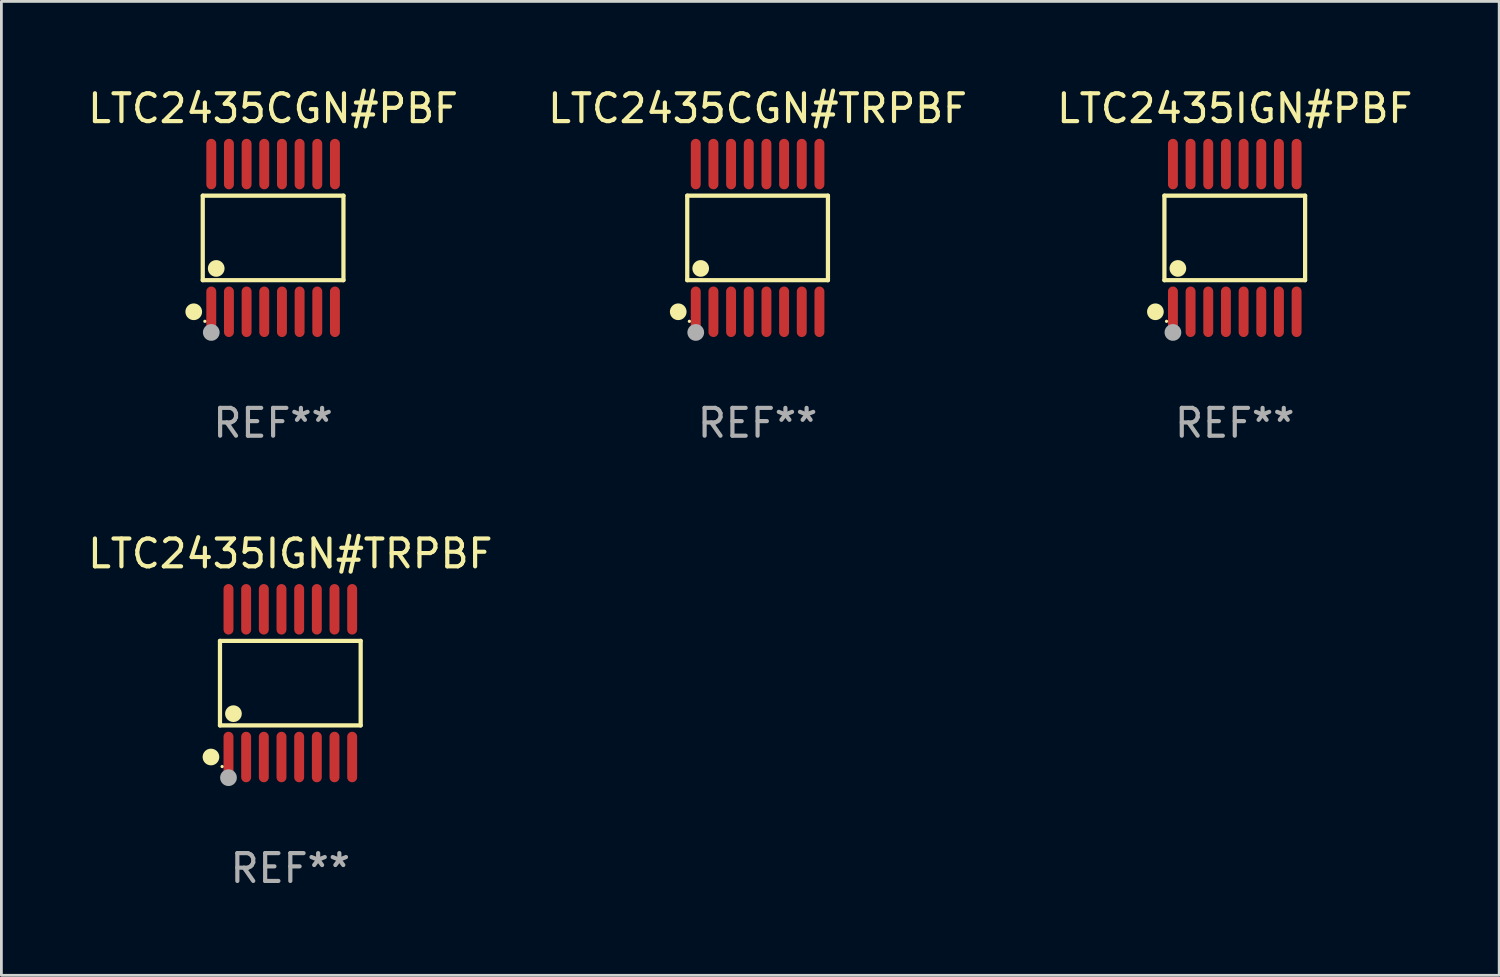
<source format=kicad_pcb>
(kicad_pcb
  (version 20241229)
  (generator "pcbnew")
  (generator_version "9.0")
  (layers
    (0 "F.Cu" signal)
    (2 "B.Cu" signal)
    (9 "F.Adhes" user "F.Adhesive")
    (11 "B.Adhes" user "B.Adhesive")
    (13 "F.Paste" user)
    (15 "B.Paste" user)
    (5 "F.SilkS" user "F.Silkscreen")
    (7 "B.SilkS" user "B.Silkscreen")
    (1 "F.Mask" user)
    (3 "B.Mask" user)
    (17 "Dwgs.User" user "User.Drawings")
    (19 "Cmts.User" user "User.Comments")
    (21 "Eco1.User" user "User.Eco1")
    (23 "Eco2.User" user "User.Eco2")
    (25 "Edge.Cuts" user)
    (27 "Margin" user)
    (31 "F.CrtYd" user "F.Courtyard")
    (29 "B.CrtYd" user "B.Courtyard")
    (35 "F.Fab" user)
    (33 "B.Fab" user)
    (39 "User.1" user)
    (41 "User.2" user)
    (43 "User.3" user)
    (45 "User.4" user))
  (footprint "LTC2435CGN#PBF"
    (layer "F.Cu")
    (at 6.768 5.503)
    (property "Reference" "LTC2435CGN#PBF" (at 0 -4.655 0) (layer "F.SilkS") (effects (font (size 1 1) (thickness 0.15))))
    (attr through_hole)
    (fp_line (start -2.529 -1.519) (end 2.529 -1.519) (stroke (width 0.152) (type solid)) (layer "F.SilkS"))
    (fp_line (start -2.529 1.519) (end -2.529 -1.519) (stroke (width 0.152) (type solid)) (layer "F.SilkS"))
    (fp_line (start 2.529 -1.519) (end 2.529 1.519) (stroke (width 0.152) (type solid)) (layer "F.SilkS"))
    (fp_line (start 2.529 1.519) (end -2.529 1.519) (stroke (width 0.152) (type solid)) (layer "F.SilkS"))
    (fp_circle (center -2.853 2.655) (end -2.703 2.655) (stroke (width 0.3) (type solid)) (fill no) (layer "F.SilkS"))
    (fp_circle (center -2.453 2.998) (end -2.423 2.998) (stroke (width 0.06) (type solid)) (fill no) (layer "F.SilkS"))
    (fp_circle (center -2.045 1.097) (end -1.895 1.097) (stroke (width 0.3) (type solid)) (fill no) (layer "F.SilkS"))
    (fp_circle (center -2.223 3.398) (end -2.072 3.398) (stroke (width 0.3) (type solid)) (fill no) (layer "F.Fab"))
    (fp_text user "REF**" (at 0 6.655 0) (layer "F.Fab") (effects (font (size 1 1) (thickness 0.15))))
    (pad "1" smd oval (at -2.223 2.655) (size 0.356 1.815) (layers "F.Cu" "F.Mask" "F.Paste"))
    (pad "2" smd oval (at -1.588 2.655) (size 0.356 1.815) (layers "F.Cu" "F.Mask" "F.Paste"))
    (pad "3" smd oval (at -0.953 2.655) (size 0.356 1.815) (layers "F.Cu" "F.Mask" "F.Paste"))
    (pad "4" smd oval (at -0.318 2.655) (size 0.356 1.815) (layers "F.Cu" "F.Mask" "F.Paste"))
    (pad "5" smd oval (at 0.318 2.655) (size 0.356 1.815) (layers "F.Cu" "F.Mask" "F.Paste"))
    (pad "6" smd oval (at 0.953 2.655) (size 0.356 1.815) (layers "F.Cu" "F.Mask" "F.Paste"))
    (pad "7" smd oval (at 1.588 2.655) (size 0.356 1.815) (layers "F.Cu" "F.Mask" "F.Paste"))
    (pad "8" smd oval (at 2.223 2.655) (size 0.356 1.815) (layers "F.Cu" "F.Mask" "F.Paste"))
    (pad "9" smd oval (at 2.223 -2.655) (size 0.356 1.815) (layers "F.Cu" "F.Mask" "F.Paste"))
    (pad "10" smd oval (at 1.588 -2.655) (size 0.356 1.815) (layers "F.Cu" "F.Mask" "F.Paste"))
    (pad "11" smd oval (at 0.953 -2.655) (size 0.356 1.815) (layers "F.Cu" "F.Mask" "F.Paste"))
    (pad "12" smd oval (at 0.318 -2.655) (size 0.356 1.815) (layers "F.Cu" "F.Mask" "F.Paste"))
    (pad "13" smd oval (at -0.318 -2.655) (size 0.356 1.815) (layers "F.Cu" "F.Mask" "F.Paste"))
    (pad "14" smd oval (at -0.953 -2.655) (size 0.356 1.815) (layers "F.Cu" "F.Mask" "F.Paste"))
    (pad "15" smd oval (at -1.588 -2.655) (size 0.356 1.815) (layers "F.Cu" "F.Mask" "F.Paste"))
    (pad "16" smd oval (at -2.223 -2.655) (size 0.356 1.815) (layers "F.Cu" "F.Mask" "F.Paste")))
  (footprint "LTC2435IGN#TRPBF"
    (layer "F.Cu")
    (at 7.387 21.509)
    (property "Reference" "LTC2435IGN#TRPBF" (at 0 -4.655 0) (layer "F.SilkS") (effects (font (size 1 1) (thickness 0.15))))
    (attr through_hole)
    (fp_line (start -2.529 -1.519) (end 2.529 -1.519) (stroke (width 0.152) (type solid)) (layer "F.SilkS"))
    (fp_line (start -2.529 1.519) (end -2.529 -1.519) (stroke (width 0.152) (type solid)) (layer "F.SilkS"))
    (fp_line (start 2.529 -1.519) (end 2.529 1.519) (stroke (width 0.152) (type solid)) (layer "F.SilkS"))
    (fp_line (start 2.529 1.519) (end -2.529 1.519) (stroke (width 0.152) (type solid)) (layer "F.SilkS"))
    (fp_circle (center -2.853 2.655) (end -2.703 2.655) (stroke (width 0.3) (type solid)) (fill no) (layer "F.SilkS"))
    (fp_circle (center -2.453 2.998) (end -2.423 2.998) (stroke (width 0.06) (type solid)) (fill no) (layer "F.SilkS"))
    (fp_circle (center -2.045 1.097) (end -1.895 1.097) (stroke (width 0.3) (type solid)) (fill no) (layer "F.SilkS"))
    (fp_circle (center -2.223 3.398) (end -2.072 3.398) (stroke (width 0.3) (type solid)) (fill no) (layer "F.Fab"))
    (fp_text user "REF**" (at 0 6.655 0) (layer "F.Fab") (effects (font (size 1 1) (thickness 0.15))))
    (pad "1" smd oval (at -2.223 2.655) (size 0.356 1.815) (layers "F.Cu" "F.Mask" "F.Paste"))
    (pad "2" smd oval (at -1.588 2.655) (size 0.356 1.815) (layers "F.Cu" "F.Mask" "F.Paste"))
    (pad "3" smd oval (at -0.953 2.655) (size 0.356 1.815) (layers "F.Cu" "F.Mask" "F.Paste"))
    (pad "4" smd oval (at -0.318 2.655) (size 0.356 1.815) (layers "F.Cu" "F.Mask" "F.Paste"))
    (pad "5" smd oval (at 0.318 2.655) (size 0.356 1.815) (layers "F.Cu" "F.Mask" "F.Paste"))
    (pad "6" smd oval (at 0.953 2.655) (size 0.356 1.815) (layers "F.Cu" "F.Mask" "F.Paste"))
    (pad "7" smd oval (at 1.588 2.655) (size 0.356 1.815) (layers "F.Cu" "F.Mask" "F.Paste"))
    (pad "8" smd oval (at 2.223 2.655) (size 0.356 1.815) (layers "F.Cu" "F.Mask" "F.Paste"))
    (pad "9" smd oval (at 2.223 -2.655) (size 0.356 1.815) (layers "F.Cu" "F.Mask" "F.Paste"))
    (pad "10" smd oval (at 1.588 -2.655) (size 0.356 1.815) (layers "F.Cu" "F.Mask" "F.Paste"))
    (pad "11" smd oval (at 0.953 -2.655) (size 0.356 1.815) (layers "F.Cu" "F.Mask" "F.Paste"))
    (pad "12" smd oval (at 0.318 -2.655) (size 0.356 1.815) (layers "F.Cu" "F.Mask" "F.Paste"))
    (pad "13" smd oval (at -0.318 -2.655) (size 0.356 1.815) (layers "F.Cu" "F.Mask" "F.Paste"))
    (pad "14" smd oval (at -0.953 -2.655) (size 0.356 1.815) (layers "F.Cu" "F.Mask" "F.Paste"))
    (pad "15" smd oval (at -1.588 -2.655) (size 0.356 1.815) (layers "F.Cu" "F.Mask" "F.Paste"))
    (pad "16" smd oval (at -2.223 -2.655) (size 0.356 1.815) (layers "F.Cu" "F.Mask" "F.Paste")))
  (footprint "LTC2435IGN#PBF"
    (layer "F.Cu")
    (at 41.339 5.503)
    (property "Reference" "LTC2435IGN#PBF" (at 0 -4.655 0) (layer "F.SilkS") (effects (font (size 1 1) (thickness 0.15))))
    (attr through_hole)
    (fp_line (start -2.529 -1.519) (end 2.529 -1.519) (stroke (width 0.152) (type solid)) (layer "F.SilkS"))
    (fp_line (start -2.529 1.519) (end -2.529 -1.519) (stroke (width 0.152) (type solid)) (layer "F.SilkS"))
    (fp_line (start 2.529 -1.519) (end 2.529 1.519) (stroke (width 0.152) (type solid)) (layer "F.SilkS"))
    (fp_line (start 2.529 1.519) (end -2.529 1.519) (stroke (width 0.152) (type solid)) (layer "F.SilkS"))
    (fp_circle (center -2.853 2.655) (end -2.703 2.655) (stroke (width 0.3) (type solid)) (fill no) (layer "F.SilkS"))
    (fp_circle (center -2.453 2.998) (end -2.423 2.998) (stroke (width 0.06) (type solid)) (fill no) (layer "F.SilkS"))
    (fp_circle (center -2.045 1.097) (end -1.895 1.097) (stroke (width 0.3) (type solid)) (fill no) (layer "F.SilkS"))
    (fp_circle (center -2.223 3.398) (end -2.072 3.398) (stroke (width 0.3) (type solid)) (fill no) (layer "F.Fab"))
    (fp_text user "REF**" (at 0 6.655 0) (layer "F.Fab") (effects (font (size 1 1) (thickness 0.15))))
    (pad "1" smd oval (at -2.223 2.655) (size 0.356 1.815) (layers "F.Cu" "F.Mask" "F.Paste"))
    (pad "2" smd oval (at -1.588 2.655) (size 0.356 1.815) (layers "F.Cu" "F.Mask" "F.Paste"))
    (pad "3" smd oval (at -0.953 2.655) (size 0.356 1.815) (layers "F.Cu" "F.Mask" "F.Paste"))
    (pad "4" smd oval (at -0.318 2.655) (size 0.356 1.815) (layers "F.Cu" "F.Mask" "F.Paste"))
    (pad "5" smd oval (at 0.318 2.655) (size 0.356 1.815) (layers "F.Cu" "F.Mask" "F.Paste"))
    (pad "6" smd oval (at 0.953 2.655) (size 0.356 1.815) (layers "F.Cu" "F.Mask" "F.Paste"))
    (pad "7" smd oval (at 1.588 2.655) (size 0.356 1.815) (layers "F.Cu" "F.Mask" "F.Paste"))
    (pad "8" smd oval (at 2.223 2.655) (size 0.356 1.815) (layers "F.Cu" "F.Mask" "F.Paste"))
    (pad "9" smd oval (at 2.223 -2.655) (size 0.356 1.815) (layers "F.Cu" "F.Mask" "F.Paste"))
    (pad "10" smd oval (at 1.588 -2.655) (size 0.356 1.815) (layers "F.Cu" "F.Mask" "F.Paste"))
    (pad "11" smd oval (at 0.953 -2.655) (size 0.356 1.815) (layers "F.Cu" "F.Mask" "F.Paste"))
    (pad "12" smd oval (at 0.318 -2.655) (size 0.356 1.815) (layers "F.Cu" "F.Mask" "F.Paste"))
    (pad "13" smd oval (at -0.318 -2.655) (size 0.356 1.815) (layers "F.Cu" "F.Mask" "F.Paste"))
    (pad "14" smd oval (at -0.953 -2.655) (size 0.356 1.815) (layers "F.Cu" "F.Mask" "F.Paste"))
    (pad "15" smd oval (at -1.588 -2.655) (size 0.356 1.815) (layers "F.Cu" "F.Mask" "F.Paste"))
    (pad "16" smd oval (at -2.223 -2.655) (size 0.356 1.815) (layers "F.Cu" "F.Mask" "F.Paste")))
  (footprint "LTC2435CGN#TRPBF"
    (layer "F.Cu")
    (at 24.185 5.503)
    (property "Reference" "LTC2435CGN#TRPBF" (at 0 -4.655 0) (layer "F.SilkS") (effects (font (size 1 1) (thickness 0.15))))
    (attr through_hole)
    (fp_line (start -2.529 -1.519) (end 2.529 -1.519) (stroke (width 0.152) (type solid)) (layer "F.SilkS"))
    (fp_line (start -2.529 1.519) (end -2.529 -1.519) (stroke (width 0.152) (type solid)) (layer "F.SilkS"))
    (fp_line (start 2.529 -1.519) (end 2.529 1.519) (stroke (width 0.152) (type solid)) (layer "F.SilkS"))
    (fp_line (start 2.529 1.519) (end -2.529 1.519) (stroke (width 0.152) (type solid)) (layer "F.SilkS"))
    (fp_circle (center -2.853 2.655) (end -2.703 2.655) (stroke (width 0.3) (type solid)) (fill no) (layer "F.SilkS"))
    (fp_circle (center -2.453 2.998) (end -2.423 2.998) (stroke (width 0.06) (type solid)) (fill no) (layer "F.SilkS"))
    (fp_circle (center -2.045 1.097) (end -1.895 1.097) (stroke (width 0.3) (type solid)) (fill no) (layer "F.SilkS"))
    (fp_circle (center -2.223 3.398) (end -2.072 3.398) (stroke (width 0.3) (type solid)) (fill no) (layer "F.Fab"))
    (fp_text user "REF**" (at 0 6.655 0) (layer "F.Fab") (effects (font (size 1 1) (thickness 0.15))))
    (pad "1" smd oval (at -2.223 2.655) (size 0.356 1.815) (layers "F.Cu" "F.Mask" "F.Paste"))
    (pad "2" smd oval (at -1.588 2.655) (size 0.356 1.815) (layers "F.Cu" "F.Mask" "F.Paste"))
    (pad "3" smd oval (at -0.953 2.655) (size 0.356 1.815) (layers "F.Cu" "F.Mask" "F.Paste"))
    (pad "4" smd oval (at -0.318 2.655) (size 0.356 1.815) (layers "F.Cu" "F.Mask" "F.Paste"))
    (pad "5" smd oval (at 0.318 2.655) (size 0.356 1.815) (layers "F.Cu" "F.Mask" "F.Paste"))
    (pad "6" smd oval (at 0.953 2.655) (size 0.356 1.815) (layers "F.Cu" "F.Mask" "F.Paste"))
    (pad "7" smd oval (at 1.588 2.655) (size 0.356 1.815) (layers "F.Cu" "F.Mask" "F.Paste"))
    (pad "8" smd oval (at 2.223 2.655) (size 0.356 1.815) (layers "F.Cu" "F.Mask" "F.Paste"))
    (pad "9" smd oval (at 2.223 -2.655) (size 0.356 1.815) (layers "F.Cu" "F.Mask" "F.Paste"))
    (pad "10" smd oval (at 1.588 -2.655) (size 0.356 1.815) (layers "F.Cu" "F.Mask" "F.Paste"))
    (pad "11" smd oval (at 0.953 -2.655) (size 0.356 1.815) (layers "F.Cu" "F.Mask" "F.Paste"))
    (pad "12" smd oval (at 0.318 -2.655) (size 0.356 1.815) (layers "F.Cu" "F.Mask" "F.Paste"))
    (pad "13" smd oval (at -0.318 -2.655) (size 0.356 1.815) (layers "F.Cu" "F.Mask" "F.Paste"))
    (pad "14" smd oval (at -0.953 -2.655) (size 0.356 1.815) (layers "F.Cu" "F.Mask" "F.Paste"))
    (pad "15" smd oval (at -1.588 -2.655) (size 0.356 1.815) (layers "F.Cu" "F.Mask" "F.Paste"))
    (pad "16" smd oval (at -2.223 -2.655) (size 0.356 1.815) (layers "F.Cu" "F.Mask" "F.Paste")))
  (gr_rect
    (start -3 -3)
    (end 50.845 32.012)
    (stroke (width 0.1) (type default))
    (fill no)
    (layer "Edge.Cuts")))
</source>
